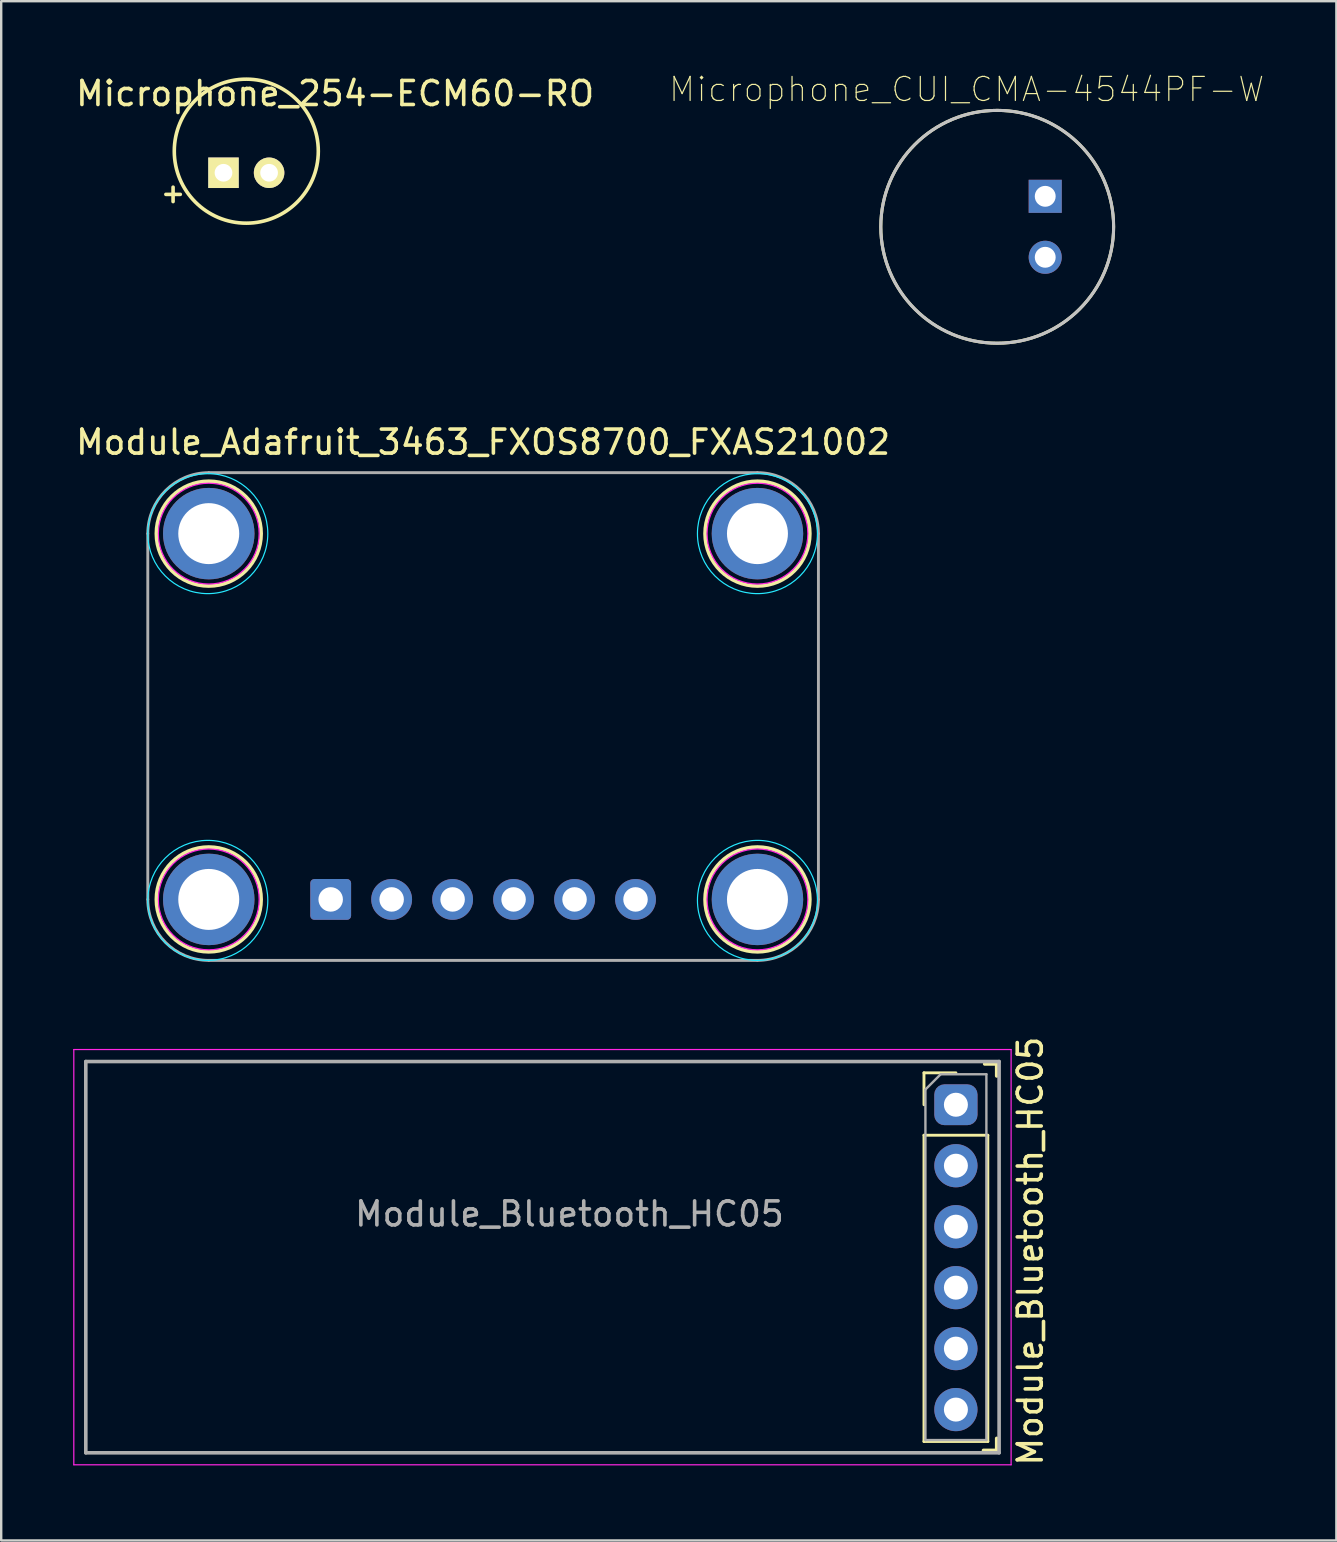
<source format=kicad_pcb>
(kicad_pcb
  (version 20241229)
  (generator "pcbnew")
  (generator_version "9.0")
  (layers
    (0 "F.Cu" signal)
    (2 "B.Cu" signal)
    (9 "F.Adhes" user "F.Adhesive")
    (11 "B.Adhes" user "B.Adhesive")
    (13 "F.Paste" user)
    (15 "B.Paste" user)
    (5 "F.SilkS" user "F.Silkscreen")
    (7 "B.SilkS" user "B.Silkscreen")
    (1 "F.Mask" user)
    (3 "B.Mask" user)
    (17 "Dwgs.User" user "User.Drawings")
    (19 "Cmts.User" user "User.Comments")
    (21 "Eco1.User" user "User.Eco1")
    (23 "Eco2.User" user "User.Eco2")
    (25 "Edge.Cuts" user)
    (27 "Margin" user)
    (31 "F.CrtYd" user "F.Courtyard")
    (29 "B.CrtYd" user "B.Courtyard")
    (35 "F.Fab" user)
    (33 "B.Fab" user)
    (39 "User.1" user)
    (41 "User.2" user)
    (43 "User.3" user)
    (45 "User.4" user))
  (footprint "Module_Bluetooth_HC05"
    (layer "F.Cu")
    (at 36.825 42.926)
    (property "Reference" "Module_Bluetooth_HC05" (at 3.05 6.15 270) (layer "F.SilkS") (effects (font (size 1 1) (thickness 0.15))))
    (attr through_hole)
    (fp_line (start -1.38 -1.28) (end -0.05 -1.28) (stroke (width 0.12) (type solid)) (layer "F.SilkS"))
    (fp_line (start -1.38 0.05) (end -1.38 -1.28) (stroke (width 0.12) (type solid)) (layer "F.SilkS"))
    (fp_line (start -1.38 1.32) (end -1.38 14.08) (stroke (width 0.12) (type solid)) (layer "F.SilkS"))
    (fp_line (start -1.38 1.32) (end 1.28 1.32) (stroke (width 0.12) (type solid)) (layer "F.SilkS"))
    (fp_line (start -1.38 14.08) (end 1.28 14.08) (stroke (width 0.12) (type solid)) (layer "F.SilkS"))
    (fp_line (start 1.28 1.32) (end 1.28 14.08) (stroke (width 0.12) (type solid)) (layer "F.SilkS"))
    (fp_line (start 1.65 -1.65) (end 1.15 -1.65) (stroke (width 0.15) (type solid)) (layer "F.SilkS"))
    (fp_line (start 1.65 -1.65) (end 1.65 -1.15) (stroke (width 0.15) (type solid)) (layer "F.SilkS"))
    (fp_line (start 1.65 14.45) (end 1.1 14.45) (stroke (width 0.15) (type solid)) (layer "F.SilkS"))
    (fp_line (start 1.65 14.45) (end 1.65 13.95) (stroke (width 0.15) (type solid)) (layer "F.SilkS"))
    (fp_line (start -36.8 -2.25) (end 2.25 -2.25) (stroke (width 0.05) (type solid)) (layer "F.CrtYd"))
    (fp_line (start -36.8 15.05) (end -36.8 -2.25) (stroke (width 0.05) (type solid)) (layer "F.CrtYd"))
    (fp_line (start 2.25 -2.25) (end 2.25 15.05) (stroke (width 0.05) (type solid)) (layer "F.CrtYd"))
    (fp_line (start 2.25 15.05) (end -36.8 15.05) (stroke (width 0.05) (type solid)) (layer "F.CrtYd"))
    (fp_line (start -36.3 -1.75) (end 1.75 -1.75) (stroke (width 0.15) (type solid)) (layer "F.Fab"))
    (fp_line (start -36.3 14.55) (end -36.3 -1.75) (stroke (width 0.15) (type solid)) (layer "F.Fab"))
    (fp_line (start -1.32 -0.585) (end -0.685 -1.22) (stroke (width 0.1) (type solid)) (layer "F.Fab"))
    (fp_line (start -1.32 14.02) (end -1.32 -0.585) (stroke (width 0.1) (type solid)) (layer "F.Fab"))
    (fp_line (start -0.685 -1.22) (end 1.22 -1.22) (stroke (width 0.1) (type solid)) (layer "F.Fab"))
    (fp_line (start 1.22 -1.22) (end 1.22 14.02) (stroke (width 0.1) (type solid)) (layer "F.Fab"))
    (fp_line (start 1.22 14.02) (end -1.32 14.02) (stroke (width 0.1) (type solid)) (layer "F.Fab"))
    (fp_line (start 1.75 -1.75) (end 1.75 14.55) (stroke (width 0.15) (type solid)) (layer "F.Fab"))
    (fp_line (start 1.75 14.55) (end -36.3 14.55) (stroke (width 0.15) (type solid)) (layer "F.Fab"))
    (fp_text user "${REFERENCE}" (at -16.15 4.6 180) (layer "F.Fab") (effects (font (size 1 1) (thickness 0.15))))
    (pad "1" thru_hole roundrect (at -0.05 0.05) (size 1.8 1.7) (drill 1) (layers "*.Cu" "*.Mask") (roundrect_rratio 0.25))
    (pad "2" thru_hole circle (at -0.05 2.59) (size 1.8 1.8) (drill 1) (layers "*.Cu" "*.Mask"))
    (pad "3" thru_hole circle (at -0.05 5.13) (size 1.8 1.8) (drill 1) (layers "*.Cu" "*.Mask"))
    (pad "4" thru_hole circle (at -0.05 7.67) (size 1.8 1.8) (drill 1) (layers "*.Cu" "*.Mask"))
    (pad "5" thru_hole circle (at -0.05 10.21) (size 1.8 1.8) (drill 1) (layers "*.Cu" "*.Mask"))
    (pad "6" thru_hole circle (at -0.05 12.75) (size 1.8 1.8) (drill 1) (layers "*.Cu" "*.Mask")))
  (footprint "Microphone_CUI_CMA-4544PF-W"
    (layer "F.Cu")
    (at 38.496 6.399)
    (property "Reference" "Microphone_CUI_CMA-4544PF-W" (at -1.272 -5.725 0) (layer "F.SilkS") (effects (font (size 1.002 1.002) (thickness 0.05))))
    (attr through_hole)
    (fp_circle (center 0 0) (end 4.85 0) (stroke (width 0.127) (type solid)) (fill no) (layer "F.SilkS"))
    (fp_circle (center 0 0) (end 4.85 0) (stroke (width 0.127) (type solid)) (fill no) (layer "Dwgs.User"))
    (fp_circle (center 0 0) (end 5.1 0) (stroke (width 0.05) (type solid)) (fill no) (layer "Eco1.User"))
    (pad "1" thru_hole rect (at 2 -1.27) (size 1.378 1.378) (drill 0.87) (layers "*.Cu" "*.Mask"))
    (pad "2" thru_hole circle (at 2 1.27) (size 1.378 1.378) (drill 0.87) (layers "*.Cu" "*.Mask")))
  (footprint "Microphone_254-ECM60-RO"
    (layer "F.Cu")
    (at 7.211 3.248)
    (property "Reference" "Microphone_254-ECM60-RO" (at 3.7 -2.4 0) (layer "F.SilkS") (effects (font (size 1 1) (thickness 0.15))))
    (attr through_hole)
    (fp_line (start -3.35 1.8) (end -2.75 1.8) (stroke (width 0.15) (type solid)) (layer "F.SilkS"))
    (fp_line (start -3.05 1.5) (end -3.05 2.1) (stroke (width 0.15) (type solid)) (layer "F.SilkS"))
    (fp_circle (center 0 0) (end 3 0) (stroke (width 0.15) (type solid)) (fill no) (layer "F.SilkS"))
    (pad "1" thru_hole rect (at -0.95 0.9) (size 1.27 1.27) (drill 0.737) (layers "*.Cu" "*.Mask" "F.SilkS"))
    (pad "2" thru_hole circle (at 0.95 0.9) (size 1.27 1.27) (drill 0.737) (layers "*.Cu" "*.Mask" "F.SilkS")))
  (footprint "Module_Adafruit_3463_FXOS8700_FXAS21002"
    (layer "F.Cu")
    (at 17.077 26.802)
    (property "Reference" "Module_Adafruit_3463_FXOS8700_FXAS21002" (at 0 -11.43 0) (layer "F.SilkS") (effects (font (size 1 1) (thickness 0.15))))
    (attr through_hole)
    (fp_circle (center -11.43 -7.62) (end -9.246 -7.62) (stroke (width 0.15) (type solid)) (fill no) (layer "F.SilkS"))
    (fp_circle (center -11.43 7.62) (end -9.246 7.62) (stroke (width 0.15) (type solid)) (fill no) (layer "F.SilkS"))
    (fp_circle (center 11.43 -7.62) (end 13.614 -7.62) (stroke (width 0.15) (type solid)) (fill no) (layer "F.SilkS"))
    (fp_circle (center 11.43 7.62) (end 13.614 7.62) (stroke (width 0.15) (type solid)) (fill no) (layer "F.SilkS"))
    (fp_circle (center -11.47 -7.62) (end -8.97 -7.62) (stroke (width 0.05) (type solid)) (fill no) (layer "B.CrtYd"))
    (fp_circle (center -11.47 7.66) (end -8.97 7.66) (stroke (width 0.05) (type solid)) (fill no) (layer "B.CrtYd"))
    (fp_circle (center 11.43 -7.62) (end 13.93 -7.62) (stroke (width 0.05) (type solid)) (fill no) (layer "B.CrtYd"))
    (fp_circle (center 11.43 7.66) (end 13.93 7.66) (stroke (width 0.05) (type solid)) (fill no) (layer "B.CrtYd"))
    (fp_circle (center -11.43 -7.62) (end -9.33 -7.62) (stroke (width 0.05) (type solid)) (fill no) (layer "F.CrtYd"))
    (fp_circle (center -11.43 7.62) (end -9.33 7.62) (stroke (width 0.05) (type solid)) (fill no) (layer "F.CrtYd"))
    (fp_circle (center 11.43 -7.62) (end 13.53 -7.62) (stroke (width 0.05) (type solid)) (fill no) (layer "F.CrtYd"))
    (fp_circle (center 11.43 7.62) (end 13.53 7.62) (stroke (width 0.05) (type solid)) (fill no) (layer "F.CrtYd"))
    (fp_line (start -13.97 7.62) (end -13.97 -7.62) (stroke (width 0.12) (type solid)) (layer "F.Fab"))
    (fp_line (start -11.43 -10.16) (end 11.43 -10.16) (stroke (width 0.12) (type solid)) (layer "F.Fab"))
    (fp_line (start 11.43 10.16) (end -11.43 10.16) (stroke (width 0.12) (type solid)) (layer "F.Fab"))
    (fp_line (start 13.97 -7.62) (end 13.97 7.62) (stroke (width 0.12) (type solid)) (layer "F.Fab"))
    (fp_arc (start -13.97 -7.62) (mid -13.226051 -9.416051) (end -11.43 -10.16) (stroke (width 0.12) (type solid)) (layer "F.Fab"))
    (fp_arc (start -11.43 10.16) (mid -13.226051 9.416051) (end -13.97 7.62) (stroke (width 0.12) (type solid)) (layer "F.Fab"))
    (fp_arc (start 11.43 -10.16) (mid 13.226051 -9.416051) (end 13.97 -7.62) (stroke (width 0.12) (type solid)) (layer "F.Fab"))
    (fp_arc (start 13.97 7.62) (mid 13.226051 9.416051) (end 11.43 10.16) (stroke (width 0.12) (type solid)) (layer "F.Fab"))
    (pad "" np_thru_hole circle (at -11.43 -7.62) (size 3.81 3.81) (drill 2.54) (layers "*.Cu" "*.Mask"))
    (pad "" np_thru_hole circle (at -11.43 7.62) (size 3.81 3.81) (drill 2.54) (layers "*.Cu" "*.Mask"))
    (pad "" np_thru_hole circle (at 11.43 -7.62) (size 3.81 3.81) (drill 2.54) (layers "*.Cu" "*.Mask"))
    (pad "" np_thru_hole circle (at 11.43 7.62) (size 3.81 3.81) (drill 2.54) (layers "*.Cu" "*.Mask"))
    (pad "1" thru_hole roundrect (at -6.35 7.62) (size 1.7 1.7) (drill 1.02) (layers "*.Cu" "*.Mask") (roundrect_rratio 0.1))
    (pad "2" thru_hole circle (at -3.81 7.62) (size 1.7 1.7) (drill 1.02) (layers "*.Cu" "*.Mask"))
    (pad "3" thru_hole circle (at -1.27 7.62) (size 1.7 1.7) (drill 1.02) (layers "*.Cu" "*.Mask"))
    (pad "4" thru_hole circle (at 1.27 7.62) (size 1.7 1.7) (drill 1.02) (layers "*.Cu" "*.Mask"))
    (pad "5" thru_hole circle (at 3.81 7.62) (size 1.7 1.7) (drill 1.02) (layers "*.Cu" "*.Mask"))
    (pad "6" thru_hole circle (at 6.35 7.62) (size 1.7 1.7) (drill 1.02) (layers "*.Cu" "*.Mask")))
  (gr_rect
    (start -3 -3)
    (end 52.626 61.13)
    (stroke (width 0.1) (type default))
    (fill no)
    (layer "Edge.Cuts")))
</source>
